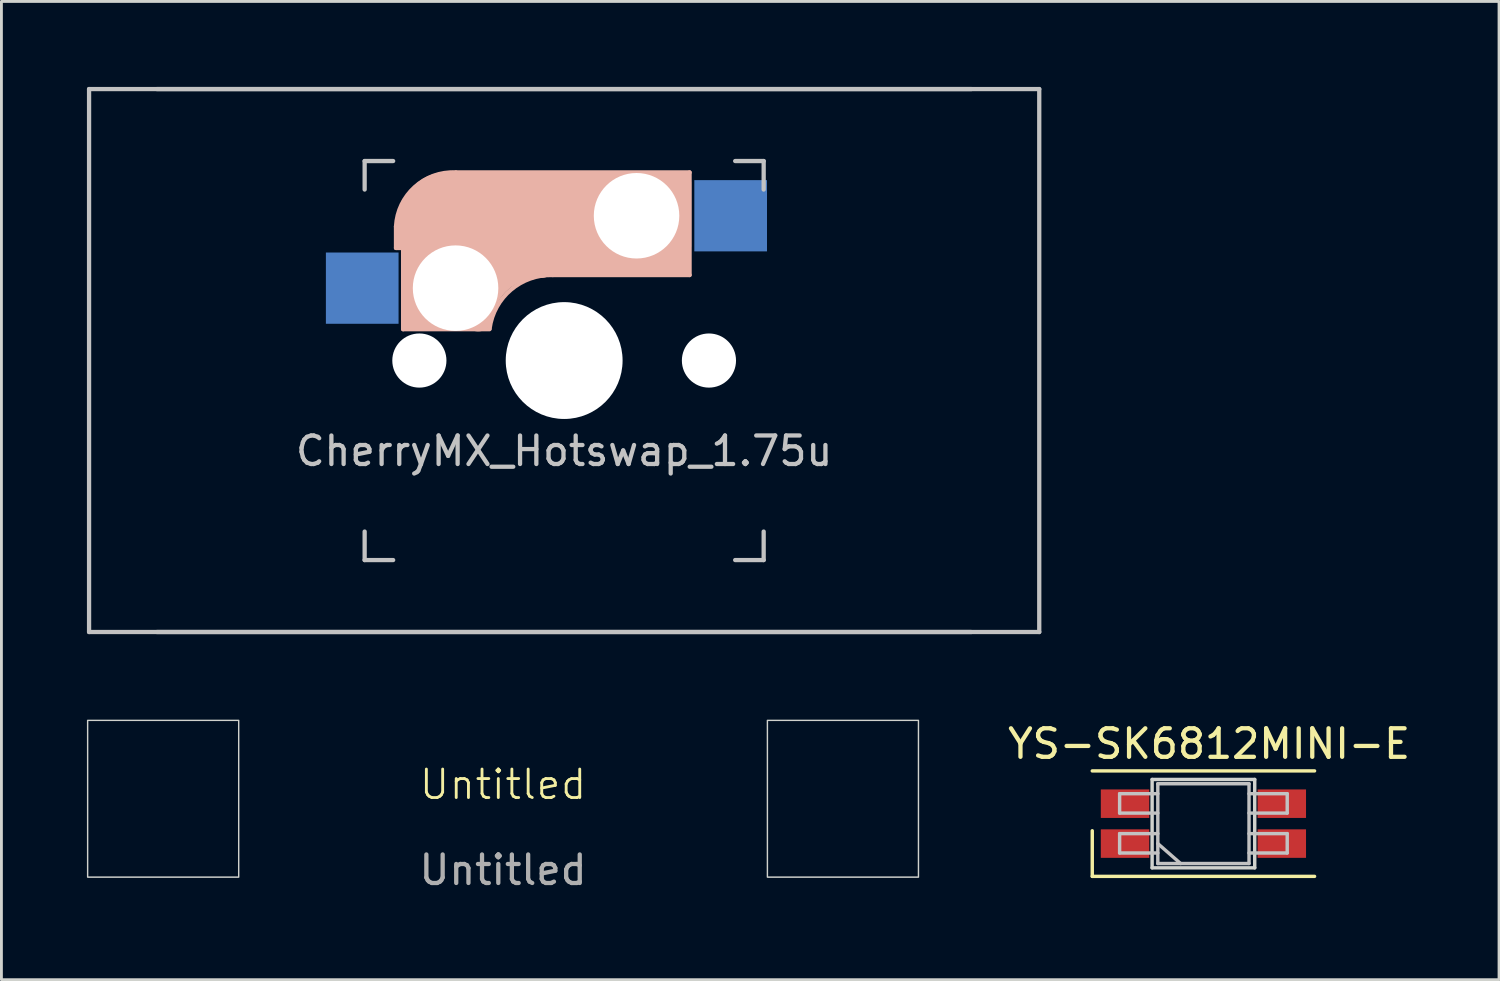
<source format=kicad_pcb>
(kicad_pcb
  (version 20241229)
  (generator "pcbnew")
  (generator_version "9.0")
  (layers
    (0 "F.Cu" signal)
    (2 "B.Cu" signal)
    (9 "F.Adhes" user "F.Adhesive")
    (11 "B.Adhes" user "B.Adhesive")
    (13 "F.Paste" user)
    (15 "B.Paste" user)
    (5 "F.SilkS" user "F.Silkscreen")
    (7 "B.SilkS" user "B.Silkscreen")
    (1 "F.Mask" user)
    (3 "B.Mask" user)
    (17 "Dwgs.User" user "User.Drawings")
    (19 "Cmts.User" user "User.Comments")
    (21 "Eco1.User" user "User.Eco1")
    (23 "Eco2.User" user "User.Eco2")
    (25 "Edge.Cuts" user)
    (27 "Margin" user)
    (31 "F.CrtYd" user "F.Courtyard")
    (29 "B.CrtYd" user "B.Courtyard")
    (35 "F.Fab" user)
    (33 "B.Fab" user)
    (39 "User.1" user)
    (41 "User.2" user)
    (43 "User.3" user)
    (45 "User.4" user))
  (footprint "CherryMX_Hotswap_1.75u"
    (layer "F.Cu")
    (at 16.744 9.6)
    (property "Reference" "CherryMX_Hotswap_1.75u" (at 0 3.175 0) (layer "Dwgs.User") (effects (font (size 1 1) (thickness 0.15))))
    (attr through_hole)
    (fp_line (start -5.9 -4.7) (end -5.9 -3.95) (stroke (width 0.15) (type solid)) (layer "B.SilkS"))
    (fp_line (start -5.9 -3.95) (end -5.7 -3.95) (stroke (width 0.15) (type solid)) (layer "B.SilkS"))
    (fp_line (start -5.8 -4.05) (end -5.8 -4.7) (stroke (width 0.3) (type solid)) (layer "B.SilkS"))
    (fp_line (start -5.65 -5.55) (end -5.65 -1.1) (stroke (width 0.15) (type solid)) (layer "B.SilkS"))
    (fp_line (start -5.65 -1.1) (end -2.62 -1.1) (stroke (width 0.15) (type solid)) (layer "B.SilkS"))
    (fp_line (start -5.45 -1.3) (end -3 -1.3) (stroke (width 0.5) (type solid)) (layer "B.SilkS"))
    (fp_line (start -5.3 -1.6) (end -5.3 -3.4) (stroke (width 0.8) (type solid)) (layer "B.SilkS"))
    (fp_line (start -4.17 -5.1) (end -4.17 -2.86) (stroke (width 3) (type solid)) (layer "B.SilkS"))
    (fp_line (start -0.4 -3) (end 4.4 -3) (stroke (width 0.15) (type solid)) (layer "B.SilkS"))
    (fp_line (start 2.6 -4.8) (end -4.1 -4.8) (stroke (width 3.5) (type solid)) (layer "B.SilkS"))
    (fp_line (start 3.9 -6) (end 3.9 -3.5) (stroke (width 1) (type solid)) (layer "B.SilkS"))
    (fp_line (start 4.2 -3.25) (end 2.9 -3.3) (stroke (width 0.5) (type solid)) (layer "B.SilkS"))
    (fp_line (start 4.25 -6.4) (end 3 -6.4) (stroke (width 0.4) (type solid)) (layer "B.SilkS"))
    (fp_line (start 4.38 -4) (end 4.38 -6.25) (stroke (width 0.15) (type solid)) (layer "B.SilkS"))
    (fp_line (start 4.4 -6.6) (end -3.8 -6.6) (stroke (width 0.15) (type solid)) (layer "B.SilkS"))
    (fp_line (start 4.4 -3) (end 4.4 -6.6) (stroke (width 0.15) (type solid)) (layer "B.SilkS"))
    (fp_arc (start -5.9 -4.699999) (mid -5.243504 -6.084924) (end -3.800001 -6.6) (stroke (width 0.15) (type solid)) (layer "B.SilkS"))
    (fp_arc (start -3.016318 -1.521471) (mid -2.268709 -2.886118) (end -0.8 -3.4) (stroke (width 1) (type solid)) (layer "B.SilkS"))
    (fp_arc (start -2.616318 -1.121471) (mid -1.868709 -2.486118) (end -0.4 -3) (stroke (width 0.15) (type solid)) (layer "B.SilkS"))
    (fp_line (start -16.669 -9.525) (end 16.669 -9.525) (stroke (width 0.15) (type solid)) (layer "Dwgs.User"))
    (fp_line (start -16.669 9.525) (end -16.669 -9.525) (stroke (width 0.15) (type solid)) (layer "Dwgs.User"))
    (fp_line (start -14.287 -9.525) (end 14.287 -9.525) (stroke (width 0.15) (type solid)) (layer "Dwgs.User"))
    (fp_line (start -7 -7) (end -6 -7) (stroke (width 0.15) (type solid)) (layer "Dwgs.User"))
    (fp_line (start -7 -6) (end -7 -7) (stroke (width 0.15) (type solid)) (layer "Dwgs.User"))
    (fp_line (start -7 6) (end -7 7) (stroke (width 0.15) (type solid)) (layer "Dwgs.User"))
    (fp_line (start -7 7) (end -6 7) (stroke (width 0.15) (type solid)) (layer "Dwgs.User"))
    (fp_line (start 6 7) (end 7 7) (stroke (width 0.15) (type solid)) (layer "Dwgs.User"))
    (fp_line (start 7 -7) (end 6 -7) (stroke (width 0.15) (type solid)) (layer "Dwgs.User"))
    (fp_line (start 7 -7) (end 7 -6) (stroke (width 0.15) (type solid)) (layer "Dwgs.User"))
    (fp_line (start 7 7) (end 7 6) (stroke (width 0.15) (type solid)) (layer "Dwgs.User"))
    (fp_line (start 14.287 9.525) (end -14.287 9.525) (stroke (width 0.15) (type solid)) (layer "Dwgs.User"))
    (fp_line (start 16.669 -9.525) (end 16.669 9.525) (stroke (width 0.15) (type solid)) (layer "Dwgs.User"))
    (fp_line (start 16.669 9.525) (end -16.669 9.525) (stroke (width 0.15) (type solid)) (layer "Dwgs.User"))
    (pad "" np_thru_hole circle (at -5.08 0 48.1) (size 1.75 1.75) (drill 1.75) (layers "*.Cu" "*.Mask"))
    (pad "" np_thru_hole circle (at -5.08 0) (size 1.9 1.9) (drill 1.9) (layers "*.Cu" "*.Mask"))
    (pad "" np_thru_hole circle (at -3.81 -2.54) (size 3 3) (drill 3) (layers "*.Cu" "*.Mask"))
    (pad "" np_thru_hole circle (at 0 0) (size 3.988 3.988) (drill 3.988) (layers "*.Cu" "*.Mask"))
    (pad "" np_thru_hole circle (at 0 0 90) (size 4.1 4.1) (drill 4.1) (layers "*.Cu" "*.Mask"))
    (pad "" np_thru_hole circle (at 2.54 -5.08) (size 3 3) (drill 3) (layers "*.Cu" "*.Mask"))
    (pad "" np_thru_hole circle (at 5.08 0 48.1) (size 1.75 1.75) (drill 1.75) (layers "*.Cu" "*.Mask"))
    (pad "" np_thru_hole circle (at 5.08 0) (size 1.9 1.9) (drill 1.9) (layers "*.Cu" "*.Mask"))
    (pad "1" smd rect (at -7.085 -2.54 180) (size 2.55 2.5) (layers "B.Cu" "B.Mask" "B.Paste"))
    (pad "2" smd rect (at 5.842 -5.08 180) (size 2.55 2.5) (layers "B.Cu" "B.Mask" "B.Paste")))
  (footprint "YS-SK6812MINI-E"
    (layer "F.Cu")
    (at 39.173 25.848)
    (property "Reference" "YS-SK6812MINI-E" (at 0.2 -2.8 0) (layer "F.SilkS") (effects (font (size 1 1) (thickness 0.15))))
    (attr through_hole)
    (fp_line (start -3.9 0.25) (end -3.9 1.85) (stroke (width 0.12) (type solid)) (layer "F.SilkS"))
    (fp_line (start -3.9 1.85) (end 3.9 1.85) (stroke (width 0.12) (type solid)) (layer "F.SilkS"))
    (fp_line (start 3.9 -1.85) (end -3.9 -1.85) (stroke (width 0.12) (type solid)) (layer "F.SilkS"))
    (fp_line (start -2.94 -1.05) (end -2.94 -0.37) (stroke (width 0.12) (type solid)) (layer "Dwgs.User"))
    (fp_line (start -2.94 -0.37) (end -1.6 -0.37) (stroke (width 0.12) (type solid)) (layer "Dwgs.User"))
    (fp_line (start -2.94 0.35) (end -2.94 1.03) (stroke (width 0.12) (type solid)) (layer "Dwgs.User"))
    (fp_line (start -2.94 1.03) (end -1.6 1.03) (stroke (width 0.12) (type solid)) (layer "Dwgs.User"))
    (fp_line (start -1.6 -1.4) (end -1.6 1.4) (stroke (width 0.12) (type solid)) (layer "Dwgs.User"))
    (fp_line (start -1.6 -1.4) (end 1.6 -1.4) (stroke (width 0.12) (type solid)) (layer "Dwgs.User"))
    (fp_line (start -1.6 -1.05) (end -2.94 -1.05) (stroke (width 0.12) (type solid)) (layer "Dwgs.User"))
    (fp_line (start -1.6 0.35) (end -2.94 0.35) (stroke (width 0.12) (type solid)) (layer "Dwgs.User"))
    (fp_line (start -1.6 0.7) (end -0.8 1.4) (stroke (width 0.12) (type solid)) (layer "Dwgs.User"))
    (fp_line (start -1.6 1.4) (end 1.6 1.4) (stroke (width 0.12) (type solid)) (layer "Dwgs.User"))
    (fp_line (start 1.6 -1.4) (end 1.6 1.4) (stroke (width 0.12) (type solid)) (layer "Dwgs.User"))
    (fp_line (start 1.6 -0.37) (end 2.94 -0.37) (stroke (width 0.12) (type solid)) (layer "Dwgs.User"))
    (fp_line (start 1.6 1.03) (end 2.94 1.03) (stroke (width 0.12) (type solid)) (layer "Dwgs.User"))
    (fp_line (start 2.94 -1.05) (end 1.6 -1.05) (stroke (width 0.12) (type solid)) (layer "Dwgs.User"))
    (fp_line (start 2.94 -0.37) (end 2.94 -1.05) (stroke (width 0.12) (type solid)) (layer "Dwgs.User"))
    (fp_line (start 2.94 0.35) (end 1.6 0.35) (stroke (width 0.12) (type solid)) (layer "Dwgs.User"))
    (fp_line (start 2.94 1.03) (end 2.94 0.35) (stroke (width 0.12) (type solid)) (layer "Dwgs.User"))
    (fp_line (start -1.8 -1.55) (end -1.8 1.55) (stroke (width 0.12) (type solid)) (layer "Edge.Cuts"))
    (fp_line (start -1.8 1.55) (end 1.8 1.55) (stroke (width 0.12) (type solid)) (layer "Edge.Cuts"))
    (fp_line (start 1.8 -1.55) (end -1.8 -1.55) (stroke (width 0.12) (type solid)) (layer "Edge.Cuts"))
    (fp_line (start 1.8 1.55) (end 1.8 -1.55) (stroke (width 0.12) (type solid)) (layer "Edge.Cuts"))
    (pad "1" smd rect (at 2.75 -0.7) (size 1.7 1) (layers "F.Cu" "F.Mask" "F.Paste"))
    (pad "2" smd rect (at 2.75 0.7) (size 1.7 1) (layers "F.Cu" "F.Mask" "F.Paste"))
    (pad "3" smd rect (at -2.75 0.7) (size 1.7 1) (layers "F.Cu" "F.Mask" "F.Paste"))
    (pad "4" smd rect (at -2.75 -0.7) (size 1.7 1) (layers "F.Cu" "F.Mask" "F.Paste")))
  (footprint "Untitled"
    (layer "F.Cu")
    (at 14.6 24.975)
    (property "Reference" "Untitled" (at 0 -0.5 0) (unlocked yes) (layer "F.SilkS") (effects (font (size 1 1) (thickness 0.1))))
    (attr through_hole)
    (fp_rect (start -14.575 -2.75) (end -9.275 2.75) (stroke (width 0.05) (type solid)) (fill no) (layer "Edge.Cuts"))
    (fp_rect (start 9.275 -2.75) (end 14.575 2.75) (stroke (width 0.05) (type solid)) (fill no) (layer "Edge.Cuts"))
    (fp_text user "${REFERENCE}" (at 0 2.5 0) (unlocked yes) (layer "F.Fab") (effects (font (size 1 1) (thickness 0.15)))))
  (gr_rect
    (start -3 -3)
    (end 49.545 31.323)
    (stroke (width 0.1) (type default))
    (fill no)
    (layer "Edge.Cuts")))
</source>
